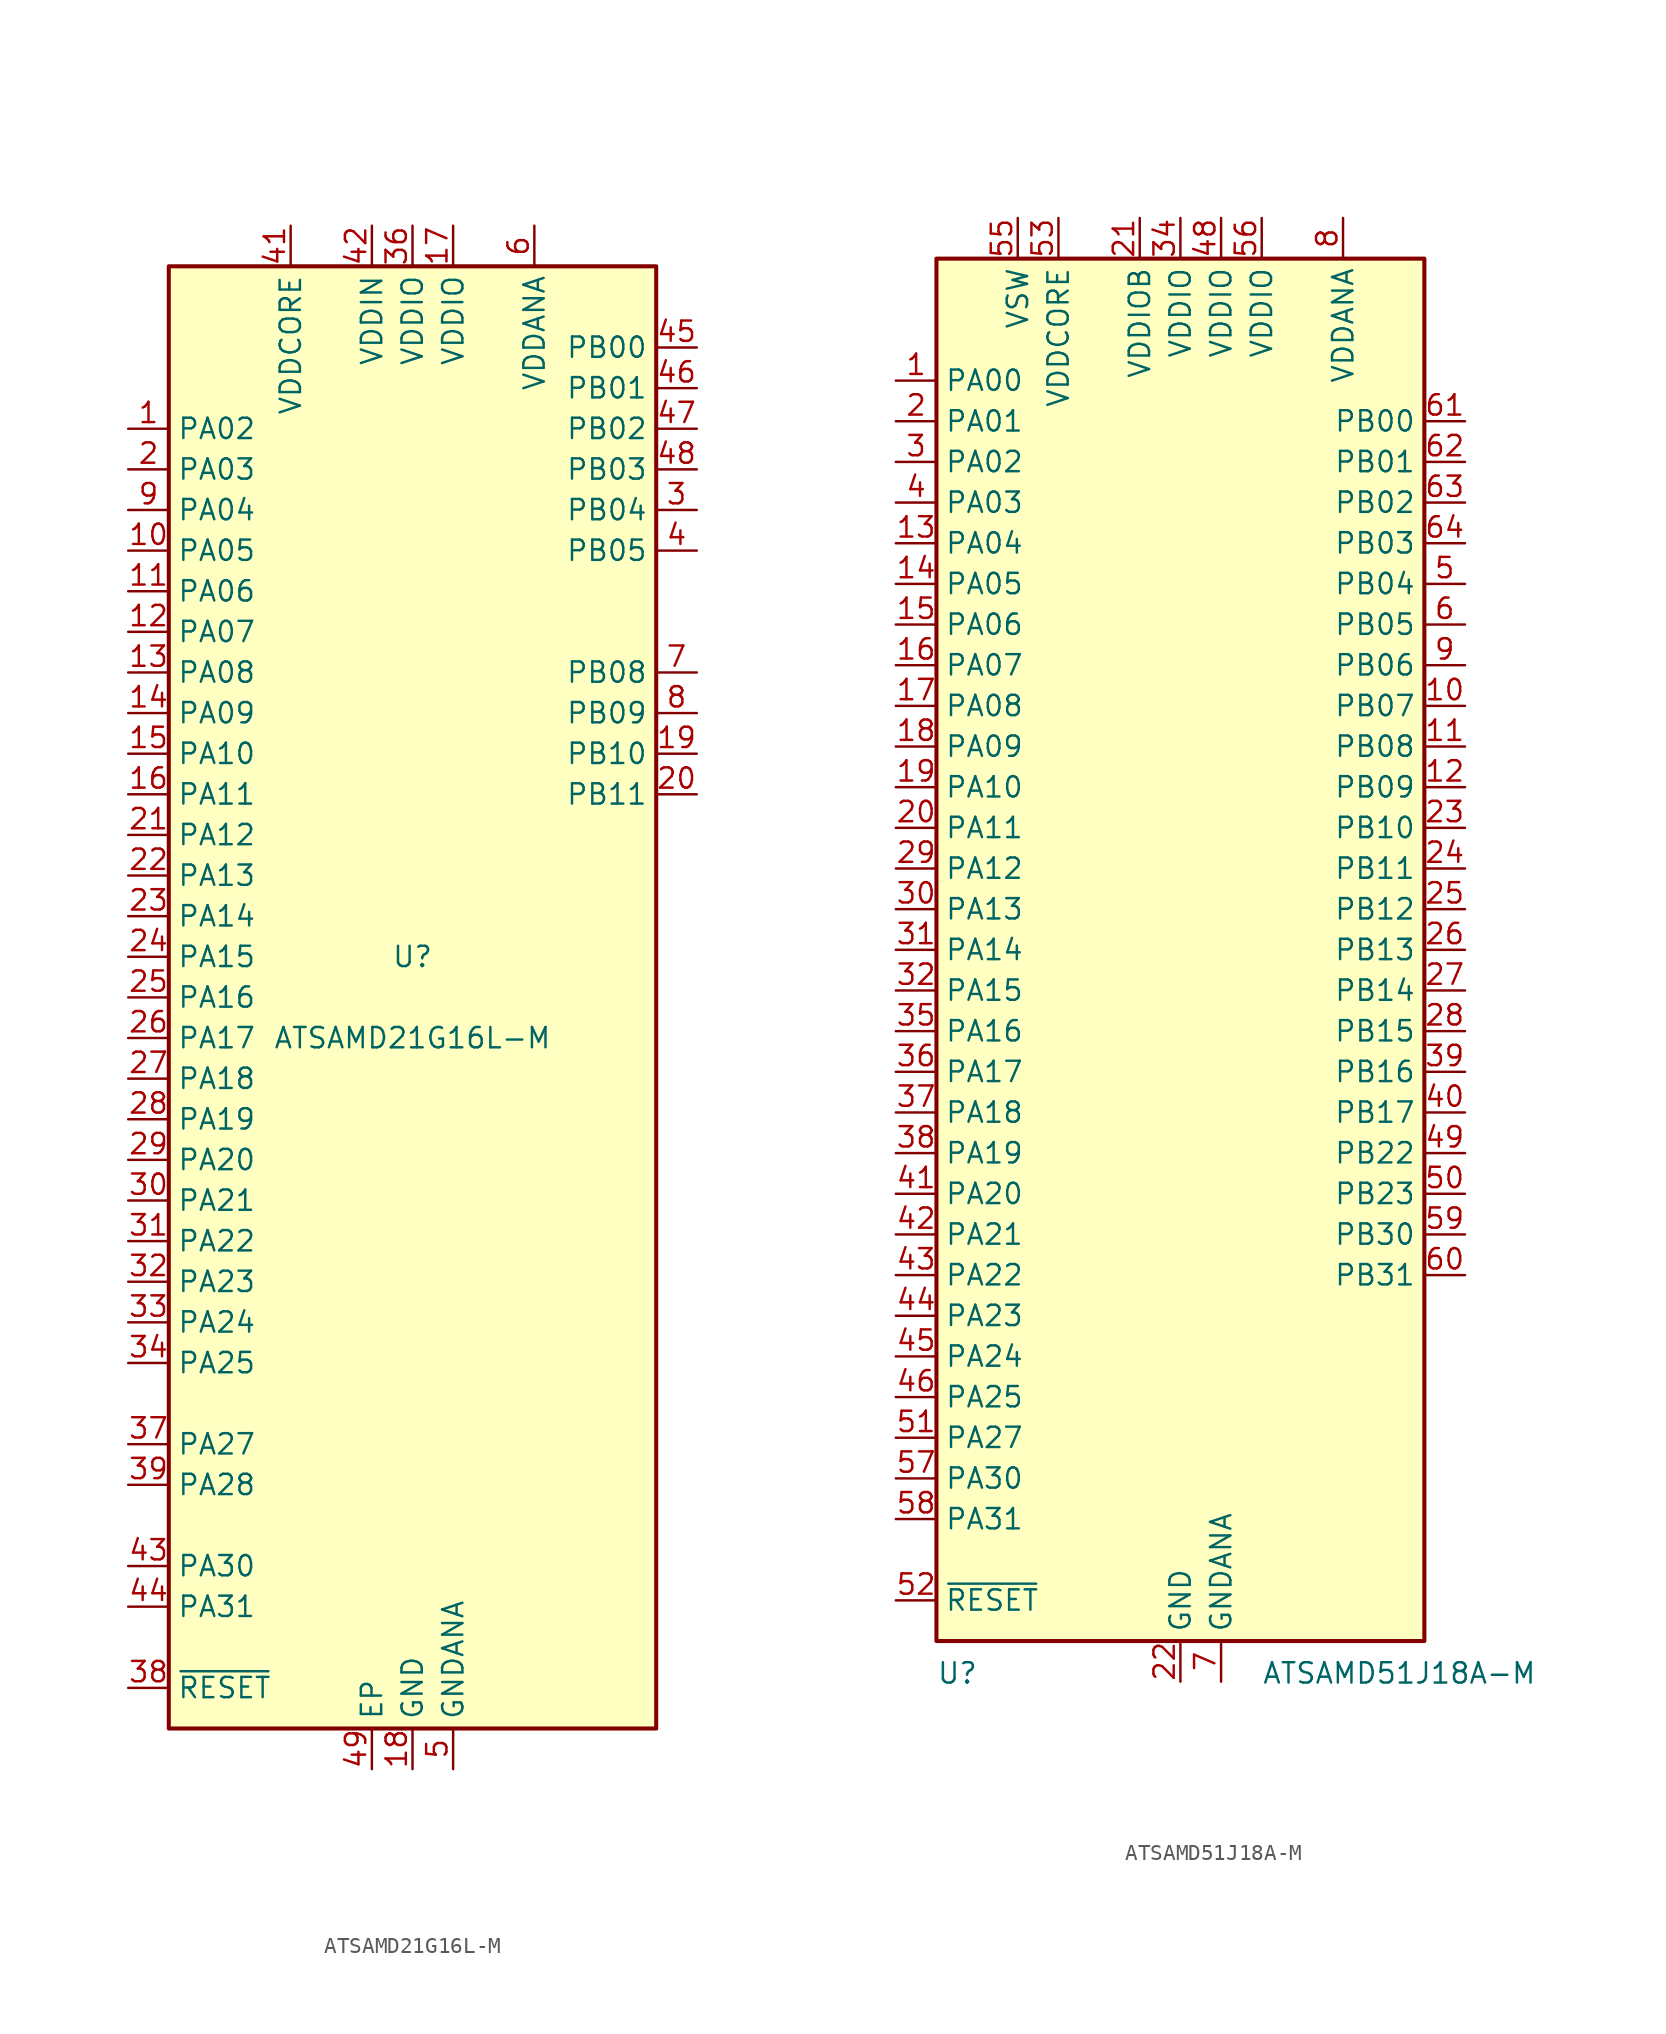
<source format=kicad_sym>
(kicad_symbol_lib
  (version 20241209)
  (generator "kicad_symbol_editor")
  (generator_version "9.0")
  (symbol "ATSAMD21G16L-M"
    (property "Reference" "U"
      (at 0 2.54 0)
      (effects (font (size 1.27 1.27))))
    (property "Value" "ATSAMD21G16L-M"
      (at 0 -2.54 0)
      (effects (font (size 1.27 1.27))))
    (symbol "ATSAMD21G16L-M_0_1"
      (rectangle (start -15.24 45.72) (end 15.24 -45.72) (stroke (width 0.254) (type default)) (fill (type background))))
    (symbol "ATSAMD21G16L-M_1_1"
      (pin bidirectional line (at -17.78 35.56 0) (length 2.54) (name "PA02" (effects (font (size 1.27 1.27)))) (number "1" (effects (font (size 1.27 1.27)))))
      (pin bidirectional line (at -17.78 33.02 0) (length 2.54) (name "PA03" (effects (font (size 1.27 1.27)))) (number "2" (effects (font (size 1.27 1.27)))))
      (pin bidirectional line (at -17.78 30.48 0) (length 2.54) (name "PA04" (effects (font (size 1.27 1.27)))) (number "9" (effects (font (size 1.27 1.27)))))
      (pin bidirectional line (at -17.78 27.94 0) (length 2.54) (name "PA05" (effects (font (size 1.27 1.27)))) (number "10" (effects (font (size 1.27 1.27)))))
      (pin bidirectional line (at -17.78 25.4 0) (length 2.54) (name "PA06" (effects (font (size 1.27 1.27)))) (number "11" (effects (font (size 1.27 1.27)))))
      (pin bidirectional line (at -17.78 22.86 0) (length 2.54) (name "PA07" (effects (font (size 1.27 1.27)))) (number "12" (effects (font (size 1.27 1.27)))))
      (pin bidirectional line (at -17.78 20.32 0) (length 2.54) (name "PA08" (effects (font (size 1.27 1.27)))) (number "13" (effects (font (size 1.27 1.27)))))
      (pin bidirectional line (at -17.78 17.78 0) (length 2.54) (name "PA09" (effects (font (size 1.27 1.27)))) (number "14" (effects (font (size 1.27 1.27)))))
      (pin bidirectional line (at -17.78 15.24 0) (length 2.54) (name "PA10" (effects (font (size 1.27 1.27)))) (number "15" (effects (font (size 1.27 1.27)))))
      (pin bidirectional line (at -17.78 12.7 0) (length 2.54) (name "PA11" (effects (font (size 1.27 1.27)))) (number "16" (effects (font (size 1.27 1.27)))))
      (pin bidirectional line (at -17.78 10.16 0) (length 2.54) (name "PA12" (effects (font (size 1.27 1.27)))) (number "21" (effects (font (size 1.27 1.27)))))
      (pin bidirectional line (at -17.78 7.62 0) (length 2.54) (name "PA13" (effects (font (size 1.27 1.27)))) (number "22" (effects (font (size 1.27 1.27)))))
      (pin bidirectional line (at -17.78 5.08 0) (length 2.54) (name "PA14" (effects (font (size 1.27 1.27)))) (number "23" (effects (font (size 1.27 1.27)))))
      (pin bidirectional line (at -17.78 2.54 0) (length 2.54) (name "PA15" (effects (font (size 1.27 1.27)))) (number "24" (effects (font (size 1.27 1.27)))))
      (pin bidirectional line (at -17.78 0 0) (length 2.54) (name "PA16" (effects (font (size 1.27 1.27)))) (number "25" (effects (font (size 1.27 1.27)))))
      (pin bidirectional line (at -17.78 -2.54 0) (length 2.54) (name "PA17" (effects (font (size 1.27 1.27)))) (number "26" (effects (font (size 1.27 1.27)))))
      (pin bidirectional line (at -17.78 -5.08 0) (length 2.54) (name "PA18" (effects (font (size 1.27 1.27)))) (number "27" (effects (font (size 1.27 1.27)))))
      (pin bidirectional line (at -17.78 -7.62 0) (length 2.54) (name "PA19" (effects (font (size 1.27 1.27)))) (number "28" (effects (font (size 1.27 1.27)))))
      (pin bidirectional line (at -17.78 -10.16 0) (length 2.54) (name "PA20" (effects (font (size 1.27 1.27)))) (number "29" (effects (font (size 1.27 1.27)))))
      (pin bidirectional line (at -17.78 -12.7 0) (length 2.54) (name "PA21" (effects (font (size 1.27 1.27)))) (number "30" (effects (font (size 1.27 1.27)))))
      (pin bidirectional line (at -17.78 -15.24 0) (length 2.54) (name "PA22" (effects (font (size 1.27 1.27)))) (number "31" (effects (font (size 1.27 1.27)))))
      (pin bidirectional line (at -17.78 -17.78 0) (length 2.54) (name "PA23" (effects (font (size 1.27 1.27)))) (number "32" (effects (font (size 1.27 1.27)))))
      (pin bidirectional line (at -17.78 -20.32 0) (length 2.54) (name "PA24" (effects (font (size 1.27 1.27)))) (number "33" (effects (font (size 1.27 1.27)))))
      (pin bidirectional line (at -17.78 -22.86 0) (length 2.54) (name "PA25" (effects (font (size 1.27 1.27)))) (number "34" (effects (font (size 1.27 1.27)))))
      (pin bidirectional line (at -17.78 -27.94 0) (length 2.54) (name "PA27" (effects (font (size 1.27 1.27)))) (number "37" (effects (font (size 1.27 1.27)))))
      (pin bidirectional line (at -17.78 -30.48 0) (length 2.54) (name "PA28" (effects (font (size 1.27 1.27)))) (number "39" (effects (font (size 1.27 1.27)))))
      (pin bidirectional line (at -17.78 -35.56 0) (length 2.54) (name "PA30" (effects (font (size 1.27 1.27)))) (number "43" (effects (font (size 1.27 1.27)))))
      (pin bidirectional line (at -17.78 -38.1 0) (length 2.54) (name "PA31" (effects (font (size 1.27 1.27)))) (number "44" (effects (font (size 1.27 1.27)))))
      (pin input line (at -17.78 -43.18 0) (length 2.54) (name "~{RESET}" (effects (font (size 1.27 1.27)))) (number "38" (effects (font (size 1.27 1.27)))))
      (pin power_out line (at -7.62 48.26 270) (length 2.54) (name "VDDCORE" (effects (font (size 1.27 1.27)))) (number "41" (effects (font (size 1.27 1.27)))))
      (pin power_in line (at -2.54 48.26 270) (length 2.54) (name "VDDIN" (effects (font (size 1.27 1.27)))) (number "42" (effects (font (size 1.27 1.27)))))
      (pin passive line (at -2.54 -48.26 90) (length 2.54) (name "EP" (effects (font (size 1.27 1.27)))) (number "49" (effects (font (size 1.27 1.27)))))
      (pin power_in line (at 0 48.26 270) (length 2.54) (name "VDDIO" (effects (font (size 1.27 1.27)))) (number "36" (effects (font (size 1.27 1.27)))))
      (pin power_in line (at 0 -48.26 90) (length 2.54) (name "GND" (effects (font (size 1.27 1.27)))) (number "18" (effects (font (size 1.27 1.27)))))
      (pin passive line (at 0 -48.26 90) (length 2.54) (hide yes) (name "GND" (effects (font (size 1.27 1.27)))) (number "35" (effects (font (size 1.27 1.27)))))
      (pin passive line (at 0 -48.26 90) (length 2.54) (hide yes) (name "GND" (effects (font (size 1.27 1.27)))) (number "40" (effects (font (size 1.27 1.27)))))
      (pin power_in line (at 2.54 48.26 270) (length 2.54) (name "VDDIO" (effects (font (size 1.27 1.27)))) (number "17" (effects (font (size 1.27 1.27)))))
      (pin power_in line (at 2.54 -48.26 90) (length 2.54) (name "GNDANA" (effects (font (size 1.27 1.27)))) (number "5" (effects (font (size 1.27 1.27)))))
      (pin power_in line (at 7.62 48.26 270) (length 2.54) (name "VDDANA" (effects (font (size 1.27 1.27)))) (number "6" (effects (font (size 1.27 1.27)))))
      (pin bidirectional line (at 17.78 40.64 180) (length 2.54) (name "PB00" (effects (font (size 1.27 1.27)))) (number "45" (effects (font (size 1.27 1.27)))))
      (pin bidirectional line (at 17.78 38.1 180) (length 2.54) (name "PB01" (effects (font (size 1.27 1.27)))) (number "46" (effects (font (size 1.27 1.27)))))
      (pin bidirectional line (at 17.78 35.56 180) (length 2.54) (name "PB02" (effects (font (size 1.27 1.27)))) (number "47" (effects (font (size 1.27 1.27)))))
      (pin bidirectional line (at 17.78 33.02 180) (length 2.54) (name "PB03" (effects (font (size 1.27 1.27)))) (number "48" (effects (font (size 1.27 1.27)))))
      (pin bidirectional line (at 17.78 30.48 180) (length 2.54) (name "PB04" (effects (font (size 1.27 1.27)))) (number "3" (effects (font (size 1.27 1.27)))))
      (pin bidirectional line (at 17.78 27.94 180) (length 2.54) (name "PB05" (effects (font (size 1.27 1.27)))) (number "4" (effects (font (size 1.27 1.27)))))
      (pin bidirectional line (at 17.78 20.32 180) (length 2.54) (name "PB08" (effects (font (size 1.27 1.27)))) (number "7" (effects (font (size 1.27 1.27)))))
      (pin bidirectional line (at 17.78 17.78 180) (length 2.54) (name "PB09" (effects (font (size 1.27 1.27)))) (number "8" (effects (font (size 1.27 1.27)))))
      (pin bidirectional line (at 17.78 15.24 180) (length 2.54) (name "PB10" (effects (font (size 1.27 1.27)))) (number "19" (effects (font (size 1.27 1.27)))))
      (pin bidirectional line (at 17.78 12.7 180) (length 2.54) (name "PB11" (effects (font (size 1.27 1.27)))) (number "20" (effects (font (size 1.27 1.27)))))))
  (symbol "ATSAMD51J18A-M"
    (property "Reference" "U"
      (at -15.24 -44.45 0)
      (effects (font (size 1.27 1.27)) (justify left top)))
    (property "Value" "ATSAMD51J18A-M"
      (at 5.08 -44.45 0)
      (effects (font (size 1.27 1.27)) (justify left top)))
    (symbol "ATSAMD51J18A-M_0_1"
      (rectangle (start -15.24 43.18) (end 15.24 -43.18) (stroke (width 0.254) (type default)) (fill (type background))))
    (symbol "ATSAMD51J18A-M_1_0"
      (pin bidirectional line (at 17.78 25.4 180) (length 2.54) (name "PB03" (effects (font (size 1.27 1.27)))) (number "64" (effects (font (size 1.27 1.27))))))
    (symbol "ATSAMD51J18A-M_1_1"
      (pin bidirectional line (at -17.78 35.56 0) (length 2.54) (name "PA00" (effects (font (size 1.27 1.27)))) (number "1" (effects (font (size 1.27 1.27)))))
      (pin bidirectional line (at -17.78 33.02 0) (length 2.54) (name "PA01" (effects (font (size 1.27 1.27)))) (number "2" (effects (font (size 1.27 1.27)))))
      (pin bidirectional line (at -17.78 30.48 0) (length 2.54) (name "PA02" (effects (font (size 1.27 1.27)))) (number "3" (effects (font (size 1.27 1.27)))))
      (pin bidirectional line (at -17.78 27.94 0) (length 2.54) (name "PA03" (effects (font (size 1.27 1.27)))) (number "4" (effects (font (size 1.27 1.27)))))
      (pin bidirectional line (at -17.78 25.4 0) (length 2.54) (name "PA04" (effects (font (size 1.27 1.27)))) (number "13" (effects (font (size 1.27 1.27)))))
      (pin bidirectional line (at -17.78 22.86 0) (length 2.54) (name "PA05" (effects (font (size 1.27 1.27)))) (number "14" (effects (font (size 1.27 1.27)))))
      (pin bidirectional line (at -17.78 20.32 0) (length 2.54) (name "PA06" (effects (font (size 1.27 1.27)))) (number "15" (effects (font (size 1.27 1.27)))))
      (pin bidirectional line (at -17.78 17.78 0) (length 2.54) (name "PA07" (effects (font (size 1.27 1.27)))) (number "16" (effects (font (size 1.27 1.27)))))
      (pin bidirectional line (at -17.78 15.24 0) (length 2.54) (name "PA08" (effects (font (size 1.27 1.27)))) (number "17" (effects (font (size 1.27 1.27)))))
      (pin bidirectional line (at -17.78 12.7 0) (length 2.54) (name "PA09" (effects (font (size 1.27 1.27)))) (number "18" (effects (font (size 1.27 1.27)))))
      (pin bidirectional line (at -17.78 10.16 0) (length 2.54) (name "PA10" (effects (font (size 1.27 1.27)))) (number "19" (effects (font (size 1.27 1.27)))))
      (pin bidirectional line (at -17.78 7.62 0) (length 2.54) (name "PA11" (effects (font (size 1.27 1.27)))) (number "20" (effects (font (size 1.27 1.27)))))
      (pin bidirectional line (at -17.78 5.08 0) (length 2.54) (name "PA12" (effects (font (size 1.27 1.27)))) (number "29" (effects (font (size 1.27 1.27)))))
      (pin bidirectional line (at -17.78 2.54 0) (length 2.54) (name "PA13" (effects (font (size 1.27 1.27)))) (number "30" (effects (font (size 1.27 1.27)))))
      (pin bidirectional line (at -17.78 0 0) (length 2.54) (name "PA14" (effects (font (size 1.27 1.27)))) (number "31" (effects (font (size 1.27 1.27)))))
      (pin bidirectional line (at -17.78 -2.54 0) (length 2.54) (name "PA15" (effects (font (size 1.27 1.27)))) (number "32" (effects (font (size 1.27 1.27)))))
      (pin bidirectional line (at -17.78 -5.08 0) (length 2.54) (name "PA16" (effects (font (size 1.27 1.27)))) (number "35" (effects (font (size 1.27 1.27)))))
      (pin bidirectional line (at -17.78 -7.62 0) (length 2.54) (name "PA17" (effects (font (size 1.27 1.27)))) (number "36" (effects (font (size 1.27 1.27)))))
      (pin bidirectional line (at -17.78 -10.16 0) (length 2.54) (name "PA18" (effects (font (size 1.27 1.27)))) (number "37" (effects (font (size 1.27 1.27)))))
      (pin bidirectional line (at -17.78 -12.7 0) (length 2.54) (name "PA19" (effects (font (size 1.27 1.27)))) (number "38" (effects (font (size 1.27 1.27)))))
      (pin bidirectional line (at -17.78 -15.24 0) (length 2.54) (name "PA20" (effects (font (size 1.27 1.27)))) (number "41" (effects (font (size 1.27 1.27)))))
      (pin bidirectional line (at -17.78 -17.78 0) (length 2.54) (name "PA21" (effects (font (size 1.27 1.27)))) (number "42" (effects (font (size 1.27 1.27)))))
      (pin bidirectional line (at -17.78 -20.32 0) (length 2.54) (name "PA22" (effects (font (size 1.27 1.27)))) (number "43" (effects (font (size 1.27 1.27)))))
      (pin bidirectional line (at -17.78 -22.86 0) (length 2.54) (name "PA23" (effects (font (size 1.27 1.27)))) (number "44" (effects (font (size 1.27 1.27)))))
      (pin bidirectional line (at -17.78 -25.4 0) (length 2.54) (name "PA24" (effects (font (size 1.27 1.27)))) (number "45" (effects (font (size 1.27 1.27)))))
      (pin bidirectional line (at -17.78 -27.94 0) (length 2.54) (name "PA25" (effects (font (size 1.27 1.27)))) (number "46" (effects (font (size 1.27 1.27)))))
      (pin bidirectional line (at -17.78 -30.48 0) (length 2.54) (name "PA27" (effects (font (size 1.27 1.27)))) (number "51" (effects (font (size 1.27 1.27)))))
      (pin bidirectional line (at -17.78 -33.02 0) (length 2.54) (name "PA30" (effects (font (size 1.27 1.27)))) (number "57" (effects (font (size 1.27 1.27)))))
      (pin bidirectional line (at -17.78 -35.56 0) (length 2.54) (name "PA31" (effects (font (size 1.27 1.27)))) (number "58" (effects (font (size 1.27 1.27)))))
      (pin input line (at -17.78 -40.64 0) (length 2.54) (name "~{RESET}" (effects (font (size 1.27 1.27)))) (number "52" (effects (font (size 1.27 1.27)))))
      (pin power_in line (at -10.16 45.72 270) (length 2.54) (name "VSW" (effects (font (size 1.27 1.27)))) (number "55" (effects (font (size 1.27 1.27)))))
      (pin power_out line (at -7.62 45.72 270) (length 2.54) (name "VDDCORE" (effects (font (size 1.27 1.27)))) (number "53" (effects (font (size 1.27 1.27)))))
      (pin power_in line (at -2.54 45.72 270) (length 2.54) (name "VDDIOB" (effects (font (size 1.27 1.27)))) (number "21" (effects (font (size 1.27 1.27)))))
      (pin power_in line (at 0 45.72 270) (length 2.54) (name "VDDIO" (effects (font (size 1.27 1.27)))) (number "34" (effects (font (size 1.27 1.27)))))
      (pin power_in line (at 0 -45.72 90) (length 2.54) (name "GND" (effects (font (size 1.27 1.27)))) (number "22" (effects (font (size 1.27 1.27)))))
      (pin passive line (at 0 -45.72 90) (length 2.54) (hide yes) (name "GND" (effects (font (size 1.27 1.27)))) (number "33" (effects (font (size 1.27 1.27)))))
      (pin passive line (at 0 -45.72 90) (length 2.54) (hide yes) (name "GND" (effects (font (size 1.27 1.27)))) (number "47" (effects (font (size 1.27 1.27)))))
      (pin passive line (at 0 -45.72 90) (length 2.54) (hide yes) (name "GND" (effects (font (size 1.27 1.27)))) (number "54" (effects (font (size 1.27 1.27)))))
      (pin passive line (at 0 -45.72 90) (length 2.54) (hide yes) (name "GND" (effects (font (size 1.27 1.27)))) (number "65" (effects (font (size 1.27 1.27)))))
      (pin power_in line (at 2.54 45.72 270) (length 2.54) (name "VDDIO" (effects (font (size 1.27 1.27)))) (number "48" (effects (font (size 1.27 1.27)))))
      (pin power_in line (at 2.54 -45.72 90) (length 2.54) (name "GNDANA" (effects (font (size 1.27 1.27)))) (number "7" (effects (font (size 1.27 1.27)))))
      (pin power_in line (at 5.08 45.72 270) (length 2.54) (name "VDDIO" (effects (font (size 1.27 1.27)))) (number "56" (effects (font (size 1.27 1.27)))))
      (pin power_in line (at 10.16 45.72 270) (length 2.54) (name "VDDANA" (effects (font (size 1.27 1.27)))) (number "8" (effects (font (size 1.27 1.27)))))
      (pin bidirectional line (at 17.78 33.02 180) (length 2.54) (name "PB00" (effects (font (size 1.27 1.27)))) (number "61" (effects (font (size 1.27 1.27)))))
      (pin bidirectional line (at 17.78 30.48 180) (length 2.54) (name "PB01" (effects (font (size 1.27 1.27)))) (number "62" (effects (font (size 1.27 1.27)))))
      (pin bidirectional line (at 17.78 27.94 180) (length 2.54) (name "PB02" (effects (font (size 1.27 1.27)))) (number "63" (effects (font (size 1.27 1.27)))))
      (pin bidirectional line (at 17.78 22.86 180) (length 2.54) (name "PB04" (effects (font (size 1.27 1.27)))) (number "5" (effects (font (size 1.27 1.27)))))
      (pin bidirectional line (at 17.78 20.32 180) (length 2.54) (name "PB05" (effects (font (size 1.27 1.27)))) (number "6" (effects (font (size 1.27 1.27)))))
      (pin bidirectional line (at 17.78 17.78 180) (length 2.54) (name "PB06" (effects (font (size 1.27 1.27)))) (number "9" (effects (font (size 1.27 1.27)))))
      (pin bidirectional line (at 17.78 15.24 180) (length 2.54) (name "PB07" (effects (font (size 1.27 1.27)))) (number "10" (effects (font (size 1.27 1.27)))))
      (pin bidirectional line (at 17.78 12.7 180) (length 2.54) (name "PB08" (effects (font (size 1.27 1.27)))) (number "11" (effects (font (size 1.27 1.27)))))
      (pin bidirectional line (at 17.78 10.16 180) (length 2.54) (name "PB09" (effects (font (size 1.27 1.27)))) (number "12" (effects (font (size 1.27 1.27)))))
      (pin bidirectional line (at 17.78 7.62 180) (length 2.54) (name "PB10" (effects (font (size 1.27 1.27)))) (number "23" (effects (font (size 1.27 1.27)))))
      (pin bidirectional line (at 17.78 5.08 180) (length 2.54) (name "PB11" (effects (font (size 1.27 1.27)))) (number "24" (effects (font (size 1.27 1.27)))))
      (pin bidirectional line (at 17.78 2.54 180) (length 2.54) (name "PB12" (effects (font (size 1.27 1.27)))) (number "25" (effects (font (size 1.27 1.27)))))
      (pin bidirectional line (at 17.78 0 180) (length 2.54) (name "PB13" (effects (font (size 1.27 1.27)))) (number "26" (effects (font (size 1.27 1.27)))))
      (pin bidirectional line (at 17.78 -2.54 180) (length 2.54) (name "PB14" (effects (font (size 1.27 1.27)))) (number "27" (effects (font (size 1.27 1.27)))))
      (pin bidirectional line (at 17.78 -5.08 180) (length 2.54) (name "PB15" (effects (font (size 1.27 1.27)))) (number "28" (effects (font (size 1.27 1.27)))))
      (pin bidirectional line (at 17.78 -7.62 180) (length 2.54) (name "PB16" (effects (font (size 1.27 1.27)))) (number "39" (effects (font (size 1.27 1.27)))))
      (pin bidirectional line (at 17.78 -10.16 180) (length 2.54) (name "PB17" (effects (font (size 1.27 1.27)))) (number "40" (effects (font (size 1.27 1.27)))))
      (pin bidirectional line (at 17.78 -12.7 180) (length 2.54) (name "PB22" (effects (font (size 1.27 1.27)))) (number "49" (effects (font (size 1.27 1.27)))))
      (pin bidirectional line (at 17.78 -15.24 180) (length 2.54) (name "PB23" (effects (font (size 1.27 1.27)))) (number "50" (effects (font (size 1.27 1.27)))))
      (pin bidirectional line (at 17.78 -17.78 180) (length 2.54) (name "PB30" (effects (font (size 1.27 1.27)))) (number "59" (effects (font (size 1.27 1.27)))))
      (pin bidirectional line (at 17.78 -20.32 180) (length 2.54) (name "PB31" (effects (font (size 1.27 1.27)))) (number "60" (effects (font (size 1.27 1.27))))))))
</source>
